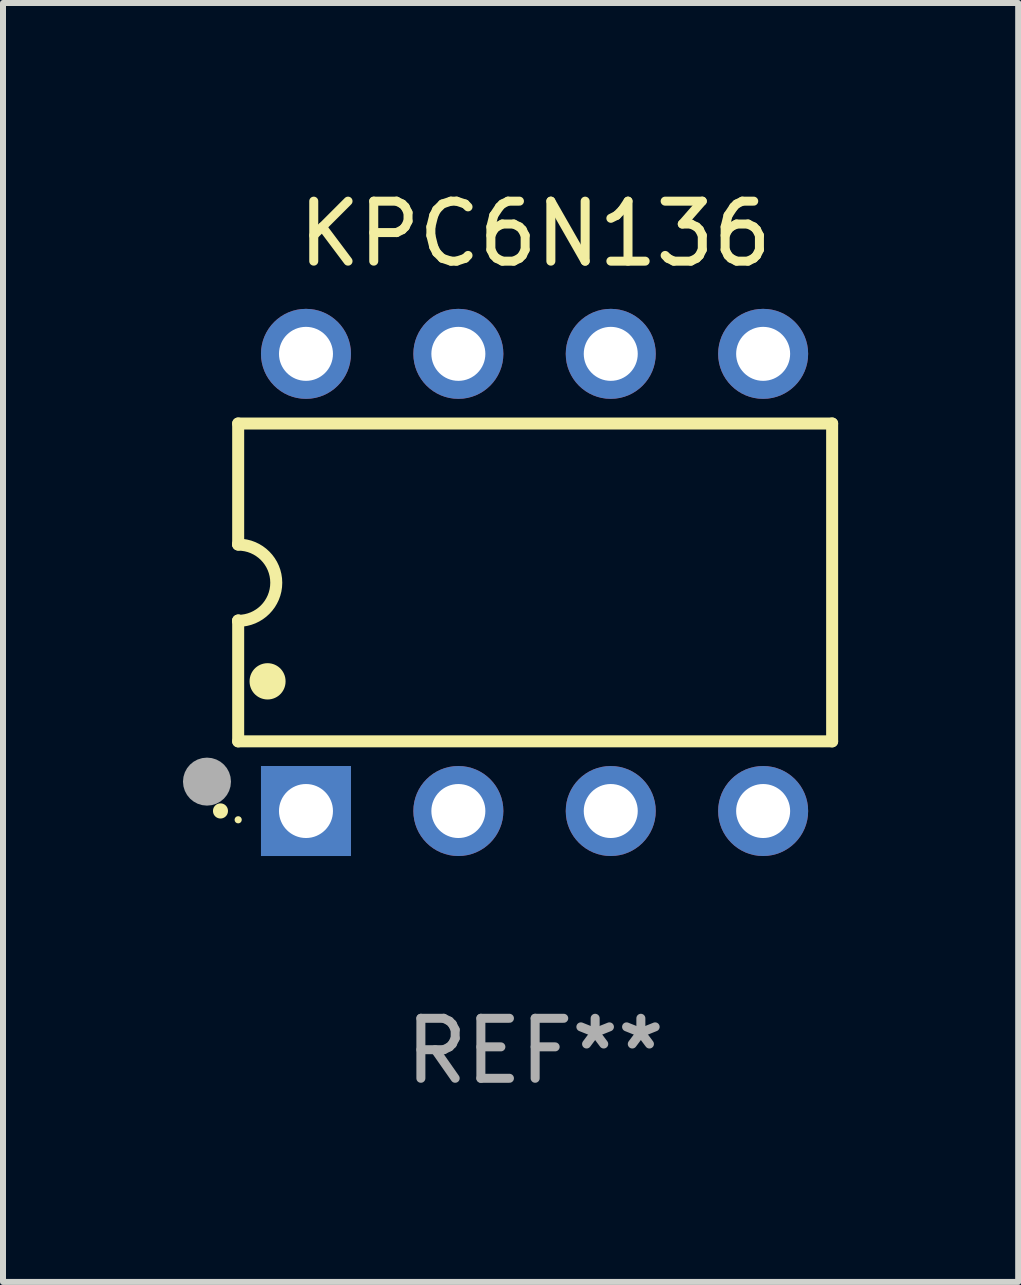
<source format=kicad_pcb>
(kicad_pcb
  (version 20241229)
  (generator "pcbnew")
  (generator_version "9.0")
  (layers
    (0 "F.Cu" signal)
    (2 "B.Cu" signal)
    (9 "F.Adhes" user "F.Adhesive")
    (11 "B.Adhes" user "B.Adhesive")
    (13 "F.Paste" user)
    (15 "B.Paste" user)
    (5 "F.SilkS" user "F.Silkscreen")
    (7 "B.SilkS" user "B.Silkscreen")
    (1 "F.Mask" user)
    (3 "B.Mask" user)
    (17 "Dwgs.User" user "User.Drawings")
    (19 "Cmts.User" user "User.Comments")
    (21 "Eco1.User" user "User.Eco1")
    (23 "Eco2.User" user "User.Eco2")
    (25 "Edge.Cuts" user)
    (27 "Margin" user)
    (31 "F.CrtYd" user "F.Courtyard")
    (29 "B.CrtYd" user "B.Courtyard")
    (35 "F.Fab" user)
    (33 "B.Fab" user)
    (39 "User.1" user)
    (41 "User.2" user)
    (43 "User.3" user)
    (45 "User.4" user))
  (footprint "KPC6N136"
    (layer "F.Cu")
    (at 5.87 6.658)
    (property "Reference" "KPC6N136" (at 0 -5.81 0) (layer "F.SilkS") (effects (font (size 1 1) (thickness 0.15))))
    (attr through_hole)
    (fp_line (start -4.95 -2.649) (end 4.95 -2.649) (stroke (width 0.2) (type solid)) (layer "F.SilkS"))
    (fp_line (start -4.95 -0.635) (end -4.95 -2.649) (stroke (width 0.2) (type solid)) (layer "F.SilkS"))
    (fp_line (start -4.95 0.635) (end -4.95 0.64) (stroke (width 0.2) (type solid)) (layer "F.SilkS"))
    (fp_line (start -4.95 2.649) (end -4.95 0.635) (stroke (width 0.2) (type solid)) (layer "F.SilkS"))
    (fp_line (start -4.95 -0.64) (end -4.95 -0.635) (stroke (width 0.2) (type solid)) (layer "F.SilkS"))
    (fp_line (start 4.95 -2.649) (end 4.95 2.649) (stroke (width 0.2) (type solid)) (layer "F.SilkS"))
    (fp_line (start 4.95 2.649) (end -4.95 2.649) (stroke (width 0.2) (type solid)) (layer "F.SilkS"))
    (fp_arc (start -5.24511 3.810008) (mid -5.245117 3.808738) (end -5.24511 3.807468) (stroke (width 0.25) (type solid)) (layer "F.SilkS"))
    (fp_arc (start -4.950165 -0.629997) (mid -4.315164 0.005004) (end -4.950165 0.640005) (stroke (width 0.2) (type solid)) (layer "F.SilkS"))
    (fp_arc (start -4.460249 1.651003) (mid -4.46026 1.648463) (end -4.460249 1.645923) (stroke (width 0.6) (type solid)) (layer "F.SilkS"))
    (fp_circle (center -4.95 3.956) (end -4.92 3.956) (stroke (width 0.06) (type solid)) (fill no) (layer "F.SilkS"))
    (fp_circle (center -5.47 3.32) (end -5.27 3.32) (stroke (width 0.4) (type solid)) (fill no) (layer "F.Fab"))
    (fp_text user "REF**" (at 0 7.81 0) (layer "F.Fab") (effects (font (size 1 1) (thickness 0.15))))
    (pad "1" thru_hole rect (at -3.82 3.81) (size 1.5 1.5) (drill 0.9) (layers "*.Cu" "*.Mask"))
    (pad "2" thru_hole circle (at -1.28 3.81) (size 1.5 1.5) (drill 0.9) (layers "*.Cu" "*.Mask"))
    (pad "3" thru_hole circle (at 1.26 3.81) (size 1.5 1.5) (drill 0.9) (layers "*.Cu" "*.Mask"))
    (pad "4" thru_hole circle (at 3.8 3.81) (size 1.5 1.5) (drill 0.9) (layers "*.Cu" "*.Mask"))
    (pad "5" thru_hole circle (at 3.8 -3.81) (size 1.5 1.5) (drill 0.9) (layers "*.Cu" "*.Mask"))
    (pad "6" thru_hole circle (at 1.26 -3.81) (size 1.5 1.5) (drill 0.9) (layers "*.Cu" "*.Mask"))
    (pad "7" thru_hole circle (at -1.28 -3.81) (size 1.5 1.5) (drill 0.9) (layers "*.Cu" "*.Mask"))
    (pad "8" thru_hole circle (at -3.82 -3.81) (size 1.5 1.5) (drill 0.9) (layers "*.Cu" "*.Mask")))
  (gr_rect
    (start -3 -3)
    (end 13.921 18.317)
    (stroke (width 0.1) (type default))
    (fill no)
    (layer "Edge.Cuts")))
</source>
